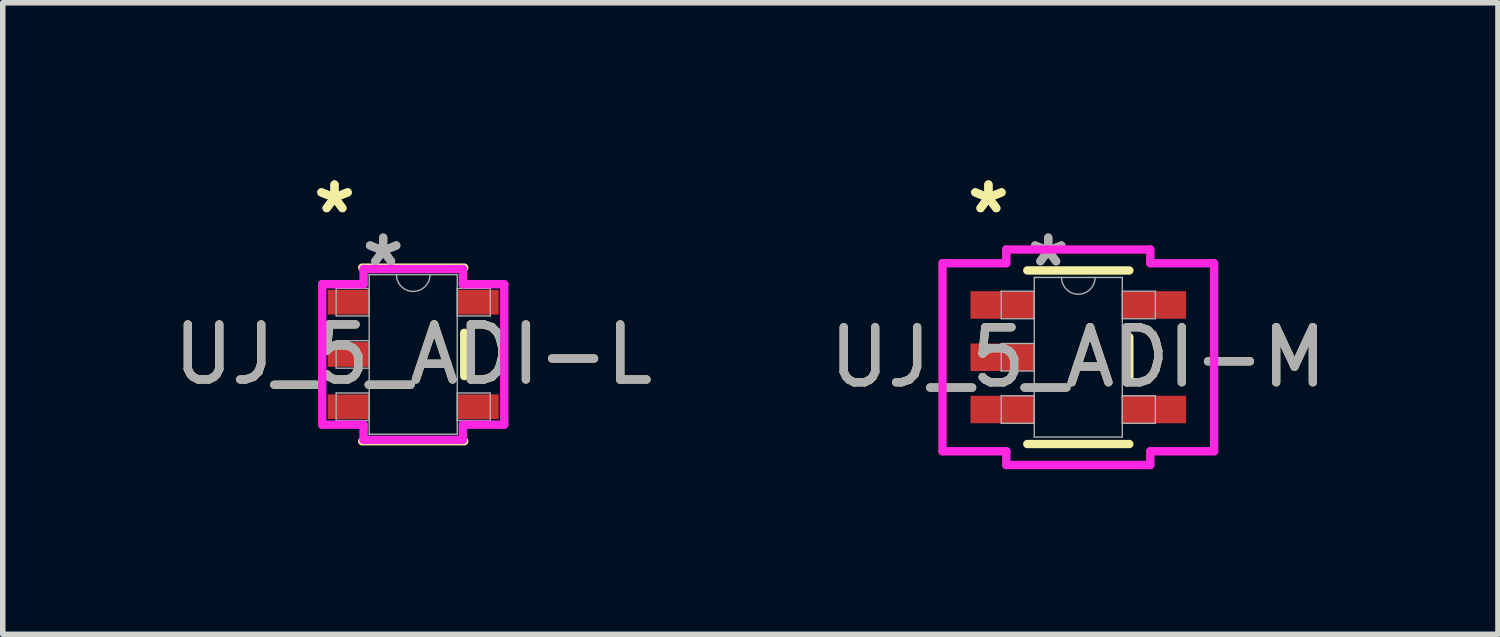
<source format=kicad_pcb>
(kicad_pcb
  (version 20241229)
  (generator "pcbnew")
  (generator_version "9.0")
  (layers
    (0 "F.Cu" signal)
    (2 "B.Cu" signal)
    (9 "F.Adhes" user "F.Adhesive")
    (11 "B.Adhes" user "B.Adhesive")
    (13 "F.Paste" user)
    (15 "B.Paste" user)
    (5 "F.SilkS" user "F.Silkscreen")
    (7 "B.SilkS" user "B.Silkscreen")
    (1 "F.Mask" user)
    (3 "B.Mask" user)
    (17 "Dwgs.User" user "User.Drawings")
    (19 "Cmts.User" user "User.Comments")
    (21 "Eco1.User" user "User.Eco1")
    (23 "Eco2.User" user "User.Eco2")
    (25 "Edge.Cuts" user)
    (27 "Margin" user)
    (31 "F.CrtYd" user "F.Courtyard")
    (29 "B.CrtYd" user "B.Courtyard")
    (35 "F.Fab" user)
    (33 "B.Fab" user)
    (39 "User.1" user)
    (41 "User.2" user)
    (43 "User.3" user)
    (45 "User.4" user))
  (footprint "UJ_5_ADI-M"
    (layer "F.Cu")
    (at 16.542 3.441)
    (property "Reference" "UJ_5_ADI-M" (at 0 0 0) (unlocked yes) (layer "F.SilkS") (effects (font (size 1 1) (thickness 0.15))))
    (attr smd)
    (fp_line (start -0.927 1.577) (end 0.927 1.577) (stroke (width 0.152) (type solid)) (layer "F.SilkS"))
    (fp_line (start 0.927 -1.577) (end -0.927 -1.577) (stroke (width 0.152) (type solid)) (layer "F.SilkS"))
    (fp_line (start 0.927 0.367) (end 0.927 -0.367) (stroke (width 0.152) (type solid)) (layer "F.SilkS"))
    (fp_line (start -2.467 -1.708) (end -1.308 -1.708) (stroke (width 0.152) (type solid)) (layer "F.CrtYd"))
    (fp_line (start -2.467 1.708) (end -2.467 -1.708) (stroke (width 0.152) (type solid)) (layer "F.CrtYd"))
    (fp_line (start -1.308 -1.958) (end 1.308 -1.958) (stroke (width 0.152) (type solid)) (layer "F.CrtYd"))
    (fp_line (start -1.308 -1.708) (end -1.308 -1.958) (stroke (width 0.152) (type solid)) (layer "F.CrtYd"))
    (fp_line (start -1.308 1.708) (end -2.467 1.708) (stroke (width 0.152) (type solid)) (layer "F.CrtYd"))
    (fp_line (start -1.308 1.958) (end -1.308 1.708) (stroke (width 0.152) (type solid)) (layer "F.CrtYd"))
    (fp_line (start 1.308 -1.958) (end 1.308 -1.708) (stroke (width 0.152) (type solid)) (layer "F.CrtYd"))
    (fp_line (start 1.308 -1.708) (end 2.467 -1.708) (stroke (width 0.152) (type solid)) (layer "F.CrtYd"))
    (fp_line (start 1.308 1.708) (end 1.308 1.958) (stroke (width 0.152) (type solid)) (layer "F.CrtYd"))
    (fp_line (start 1.308 1.958) (end -1.308 1.958) (stroke (width 0.152) (type solid)) (layer "F.CrtYd"))
    (fp_line (start 2.467 -1.708) (end 2.467 1.708) (stroke (width 0.152) (type solid)) (layer "F.CrtYd"))
    (fp_line (start 2.467 1.708) (end 1.308 1.708) (stroke (width 0.152) (type solid)) (layer "F.CrtYd"))
    (fp_line (start -1.4 -1.2) (end -1.4 -0.7) (stroke (width 0.025) (type solid)) (layer "F.Fab"))
    (fp_line (start -1.4 -0.7) (end -0.8 -0.7) (stroke (width 0.025) (type solid)) (layer "F.Fab"))
    (fp_line (start -1.4 -0.25) (end -1.4 0.25) (stroke (width 0.025) (type solid)) (layer "F.Fab"))
    (fp_line (start -1.4 0.25) (end -0.8 0.25) (stroke (width 0.025) (type solid)) (layer "F.Fab"))
    (fp_line (start -1.4 0.7) (end -1.4 1.2) (stroke (width 0.025) (type solid)) (layer "F.Fab"))
    (fp_line (start -1.4 1.2) (end -0.8 1.2) (stroke (width 0.025) (type solid)) (layer "F.Fab"))
    (fp_line (start -0.8 -1.45) (end -0.8 1.45) (stroke (width 0.025) (type solid)) (layer "F.Fab"))
    (fp_line (start -0.8 -1.2) (end -1.4 -1.2) (stroke (width 0.025) (type solid)) (layer "F.Fab"))
    (fp_line (start -0.8 -0.7) (end -0.8 -1.2) (stroke (width 0.025) (type solid)) (layer "F.Fab"))
    (fp_line (start -0.8 -0.25) (end -1.4 -0.25) (stroke (width 0.025) (type solid)) (layer "F.Fab"))
    (fp_line (start -0.8 0.25) (end -0.8 -0.25) (stroke (width 0.025) (type solid)) (layer "F.Fab"))
    (fp_line (start -0.8 0.7) (end -1.4 0.7) (stroke (width 0.025) (type solid)) (layer "F.Fab"))
    (fp_line (start -0.8 1.2) (end -0.8 0.7) (stroke (width 0.025) (type solid)) (layer "F.Fab"))
    (fp_line (start -0.8 1.45) (end 0.8 1.45) (stroke (width 0.025) (type solid)) (layer "F.Fab"))
    (fp_line (start 0.8 -1.45) (end -0.8 -1.45) (stroke (width 0.025) (type solid)) (layer "F.Fab"))
    (fp_line (start 0.8 -1.2) (end 0.8 -0.7) (stroke (width 0.025) (type solid)) (layer "F.Fab"))
    (fp_line (start 0.8 -0.7) (end 1.4 -0.7) (stroke (width 0.025) (type solid)) (layer "F.Fab"))
    (fp_line (start 0.8 0.7) (end 0.8 1.2) (stroke (width 0.025) (type solid)) (layer "F.Fab"))
    (fp_line (start 0.8 1.2) (end 1.4 1.2) (stroke (width 0.025) (type solid)) (layer "F.Fab"))
    (fp_line (start 0.8 1.45) (end 0.8 -1.45) (stroke (width 0.025) (type solid)) (layer "F.Fab"))
    (fp_line (start 1.4 -1.2) (end 0.8 -1.2) (stroke (width 0.025) (type solid)) (layer "F.Fab"))
    (fp_line (start 1.4 -0.7) (end 1.4 -1.2) (stroke (width 0.025) (type solid)) (layer "F.Fab"))
    (fp_line (start 1.4 0.7) (end 0.8 0.7) (stroke (width 0.025) (type solid)) (layer "F.Fab"))
    (fp_line (start 1.4 1.2) (end 1.4 0.7) (stroke (width 0.025) (type solid)) (layer "F.Fab"))
    (fp_arc (start 0.3048 -1.45) (mid 0 -1.1452) (end -0.3048 -1.45) (stroke (width 0.0254) (type solid)) (layer "F.Fab"))
    (fp_text user "*" (at -1.633 -2.593 0) (unlocked yes) (layer "F.SilkS") (effects (font (size 1 1) (thickness 0.15))))
    (fp_text user "*" (at -1.633 -2.593 0) (layer "F.SilkS") (effects (font (size 1 1) (thickness 0.15))))
    (fp_text user "*" (at -0.546 -1.628 0) (unlocked yes) (layer "F.Fab") (effects (font (size 1 1) (thickness 0.15))))
    (fp_text user "${REFERENCE}" (at 0 0 0) (unlocked yes) (layer "F.Fab") (effects (font (size 1 1) (thickness 0.15))))
    (fp_text user "*" (at -0.546 -1.628 0) (layer "F.Fab") (effects (font (size 1 1) (thickness 0.15))))
    (pad "1" smd rect (at -1.379 -0.95) (size 1.159 0.5) (layers "F.Cu" "F.Mask" "F.Paste"))
    (pad "2" smd rect (at -1.379 0) (size 1.159 0.5) (layers "F.Cu" "F.Mask" "F.Paste"))
    (pad "3" smd rect (at -1.379 0.95) (size 1.159 0.5) (layers "F.Cu" "F.Mask" "F.Paste"))
    (pad "4" smd rect (at 1.379 0.95) (size 1.159 0.5) (layers "F.Cu" "F.Mask" "F.Paste"))
    (pad "5" smd rect (at 1.379 -0.95) (size 1.159 0.5) (layers "F.Cu" "F.Mask" "F.Paste")))
  (footprint "UJ_5_ADI-L"
    (layer "F.Cu")
    (at 4.458 3.39)
    (property "Reference" "UJ_5_ADI-L" (at 0 0 0) (unlocked yes) (layer "F.SilkS") (effects (font (size 1 1) (thickness 0.15))))
    (attr smd)
    (fp_line (start -0.927 1.577) (end 0.927 1.577) (stroke (width 0.152) (type solid)) (layer "F.SilkS"))
    (fp_line (start 0.927 -1.577) (end -0.927 -1.577) (stroke (width 0.152) (type solid)) (layer "F.SilkS"))
    (fp_line (start 0.927 0.393) (end 0.927 -0.393) (stroke (width 0.152) (type solid)) (layer "F.SilkS"))
    (fp_line (start -1.654 -1.276) (end -0.902 -1.276) (stroke (width 0.152) (type solid)) (layer "F.CrtYd"))
    (fp_line (start -1.654 1.276) (end -1.654 -1.276) (stroke (width 0.152) (type solid)) (layer "F.CrtYd"))
    (fp_line (start -0.902 -1.552) (end 0.902 -1.552) (stroke (width 0.152) (type solid)) (layer "F.CrtYd"))
    (fp_line (start -0.902 -1.276) (end -0.902 -1.552) (stroke (width 0.152) (type solid)) (layer "F.CrtYd"))
    (fp_line (start -0.902 1.276) (end -1.654 1.276) (stroke (width 0.152) (type solid)) (layer "F.CrtYd"))
    (fp_line (start -0.902 1.552) (end -0.902 1.276) (stroke (width 0.152) (type solid)) (layer "F.CrtYd"))
    (fp_line (start 0.902 -1.552) (end 0.902 -1.276) (stroke (width 0.152) (type solid)) (layer "F.CrtYd"))
    (fp_line (start 0.902 -1.276) (end 1.654 -1.276) (stroke (width 0.152) (type solid)) (layer "F.CrtYd"))
    (fp_line (start 0.902 1.276) (end 0.902 1.552) (stroke (width 0.152) (type solid)) (layer "F.CrtYd"))
    (fp_line (start 0.902 1.552) (end -0.902 1.552) (stroke (width 0.152) (type solid)) (layer "F.CrtYd"))
    (fp_line (start 1.654 -1.276) (end 1.654 1.276) (stroke (width 0.152) (type solid)) (layer "F.CrtYd"))
    (fp_line (start 1.654 1.276) (end 0.902 1.276) (stroke (width 0.152) (type solid)) (layer "F.CrtYd"))
    (fp_line (start -1.4 -1.2) (end -1.4 -0.7) (stroke (width 0.025) (type solid)) (layer "F.Fab"))
    (fp_line (start -1.4 -0.7) (end -0.8 -0.7) (stroke (width 0.025) (type solid)) (layer "F.Fab"))
    (fp_line (start -1.4 -0.25) (end -1.4 0.25) (stroke (width 0.025) (type solid)) (layer "F.Fab"))
    (fp_line (start -1.4 0.25) (end -0.8 0.25) (stroke (width 0.025) (type solid)) (layer "F.Fab"))
    (fp_line (start -1.4 0.7) (end -1.4 1.2) (stroke (width 0.025) (type solid)) (layer "F.Fab"))
    (fp_line (start -1.4 1.2) (end -0.8 1.2) (stroke (width 0.025) (type solid)) (layer "F.Fab"))
    (fp_line (start -0.8 -1.45) (end -0.8 1.45) (stroke (width 0.025) (type solid)) (layer "F.Fab"))
    (fp_line (start -0.8 -1.2) (end -1.4 -1.2) (stroke (width 0.025) (type solid)) (layer "F.Fab"))
    (fp_line (start -0.8 -0.7) (end -0.8 -1.2) (stroke (width 0.025) (type solid)) (layer "F.Fab"))
    (fp_line (start -0.8 -0.25) (end -1.4 -0.25) (stroke (width 0.025) (type solid)) (layer "F.Fab"))
    (fp_line (start -0.8 0.25) (end -0.8 -0.25) (stroke (width 0.025) (type solid)) (layer "F.Fab"))
    (fp_line (start -0.8 0.7) (end -1.4 0.7) (stroke (width 0.025) (type solid)) (layer "F.Fab"))
    (fp_line (start -0.8 1.2) (end -0.8 0.7) (stroke (width 0.025) (type solid)) (layer "F.Fab"))
    (fp_line (start -0.8 1.45) (end 0.8 1.45) (stroke (width 0.025) (type solid)) (layer "F.Fab"))
    (fp_line (start 0.8 -1.45) (end -0.8 -1.45) (stroke (width 0.025) (type solid)) (layer "F.Fab"))
    (fp_line (start 0.8 -1.2) (end 0.8 -0.7) (stroke (width 0.025) (type solid)) (layer "F.Fab"))
    (fp_line (start 0.8 -0.7) (end 1.4 -0.7) (stroke (width 0.025) (type solid)) (layer "F.Fab"))
    (fp_line (start 0.8 0.7) (end 0.8 1.2) (stroke (width 0.025) (type solid)) (layer "F.Fab"))
    (fp_line (start 0.8 1.2) (end 1.4 1.2) (stroke (width 0.025) (type solid)) (layer "F.Fab"))
    (fp_line (start 0.8 1.45) (end 0.8 -1.45) (stroke (width 0.025) (type solid)) (layer "F.Fab"))
    (fp_line (start 1.4 -1.2) (end 0.8 -1.2) (stroke (width 0.025) (type solid)) (layer "F.Fab"))
    (fp_line (start 1.4 -0.7) (end 1.4 -1.2) (stroke (width 0.025) (type solid)) (layer "F.Fab"))
    (fp_line (start 1.4 0.7) (end 0.8 0.7) (stroke (width 0.025) (type solid)) (layer "F.Fab"))
    (fp_line (start 1.4 1.2) (end 1.4 0.7) (stroke (width 0.025) (type solid)) (layer "F.Fab"))
    (fp_arc (start 0.3048 -1.45) (mid 0 -1.1452) (end -0.3048 -1.45) (stroke (width 0.0254) (type solid)) (layer "F.Fab"))
    (fp_text user "*" (at -1.43 -2.542 0) (unlocked yes) (layer "F.SilkS") (effects (font (size 1 1) (thickness 0.15))))
    (fp_text user "*" (at -1.43 -2.542 0) (layer "F.SilkS") (effects (font (size 1 1) (thickness 0.15))))
    (fp_text user "${REFERENCE}" (at 0 0 0) (unlocked yes) (layer "F.Fab") (effects (font (size 1 1) (thickness 0.15))))
    (fp_text user "*" (at -0.546 -1.577 0) (layer "F.Fab") (effects (font (size 1 1) (thickness 0.15))))
    (fp_text user "*" (at -0.546 -1.577 0) (unlocked yes) (layer "F.Fab") (effects (font (size 1 1) (thickness 0.15))))
    (pad "1" smd rect (at -1.176 -0.95) (size 0.752 0.449) (layers "F.Cu" "F.Mask" "F.Paste"))
    (pad "2" smd rect (at -1.176 0) (size 0.752 0.449) (layers "F.Cu" "F.Mask" "F.Paste"))
    (pad "3" smd rect (at -1.176 0.95) (size 0.752 0.449) (layers "F.Cu" "F.Mask" "F.Paste"))
    (pad "4" smd rect (at 1.176 0.95) (size 0.752 0.449) (layers "F.Cu" "F.Mask" "F.Paste"))
    (pad "5" smd rect (at 1.176 -0.95) (size 0.752 0.449) (layers "F.Cu" "F.Mask" "F.Paste")))
  (gr_rect
    (start -3 -3)
    (end 24.167 8.475)
    (stroke (width 0.1) (type default))
    (fill no)
    (layer "Edge.Cuts")))
</source>
